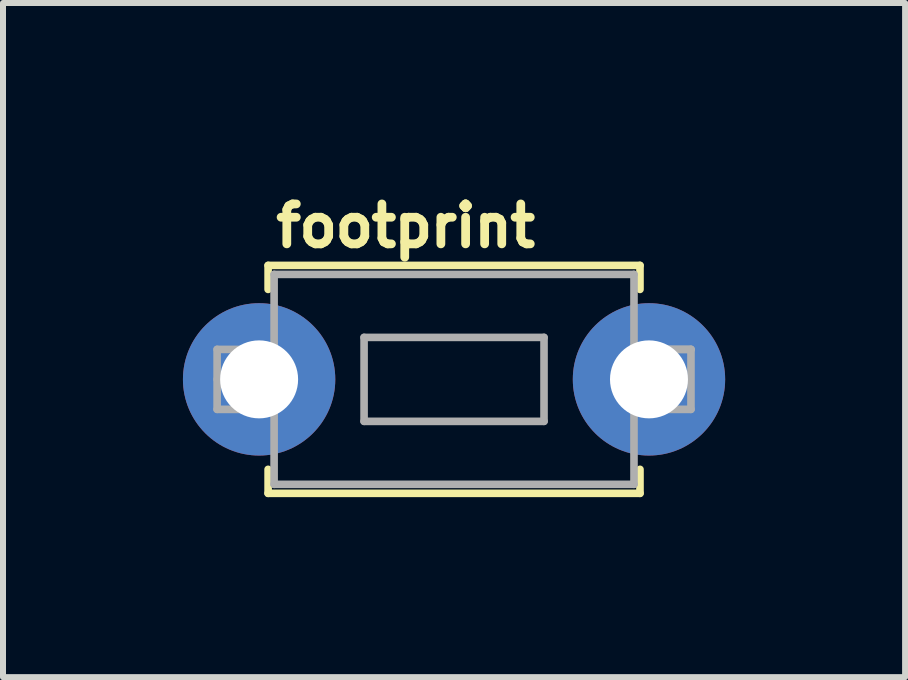
<source format=kicad_pcb>
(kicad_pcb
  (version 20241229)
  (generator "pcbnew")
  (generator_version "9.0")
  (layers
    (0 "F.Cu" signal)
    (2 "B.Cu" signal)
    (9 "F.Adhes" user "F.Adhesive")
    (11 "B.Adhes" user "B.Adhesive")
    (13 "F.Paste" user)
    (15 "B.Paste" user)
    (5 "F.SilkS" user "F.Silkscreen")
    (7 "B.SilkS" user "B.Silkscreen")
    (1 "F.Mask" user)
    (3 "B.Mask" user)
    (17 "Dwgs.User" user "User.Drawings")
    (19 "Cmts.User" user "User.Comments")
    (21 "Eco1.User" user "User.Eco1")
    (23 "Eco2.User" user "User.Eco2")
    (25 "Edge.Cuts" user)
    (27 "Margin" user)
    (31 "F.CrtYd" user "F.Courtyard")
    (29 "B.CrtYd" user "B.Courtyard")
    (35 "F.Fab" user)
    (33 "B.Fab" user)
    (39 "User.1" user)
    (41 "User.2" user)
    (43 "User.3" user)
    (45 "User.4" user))
  (footprint "footprint"
    (layer "F.Cu")
    (at 4.52 3.275)
    (property "Reference" "footprint" (at -3.043 -2.17 0) (layer "F.SilkS") (effects (font (size 0.666 0.666) (thickness 0.146)) (justify left bottom)))
    (fp_line (start -3.1 -1.9) (end 3.1 -1.9) (stroke (width 0.127) (type solid)) (layer "F.SilkS"))
    (fp_line (start -3.1 -1.5) (end -3.1 -1.9) (stroke (width 0.127) (type solid)) (layer "F.SilkS"))
    (fp_line (start -3.1 1.5) (end -3.1 1.9) (stroke (width 0.127) (type solid)) (layer "F.SilkS"))
    (fp_line (start -3.1 1.9) (end 3.1 1.9) (stroke (width 0.127) (type solid)) (layer "F.SilkS"))
    (fp_line (start 3.1 -1.9) (end 3.1 -1.5) (stroke (width 0.127) (type solid)) (layer "F.SilkS"))
    (fp_line (start 3.1 1.9) (end 3.1 1.5) (stroke (width 0.127) (type solid)) (layer "F.SilkS"))
    (fp_line (start -3.95 -0.5) (end -3 -0.5) (stroke (width 0.127) (type solid)) (layer "F.Fab"))
    (fp_line (start -3.95 0) (end -3.95 -0.5) (stroke (width 0.127) (type solid)) (layer "F.Fab"))
    (fp_line (start -3.95 0.5) (end -3.95 0) (stroke (width 0.127) (type solid)) (layer "F.Fab"))
    (fp_line (start -3 -1.75) (end 3 -1.75) (stroke (width 0.127) (type solid)) (layer "F.Fab"))
    (fp_line (start -3 -0.5) (end -3 -1.75) (stroke (width 0.127) (type solid)) (layer "F.Fab"))
    (fp_line (start -3 -0.5) (end -3 0.5) (stroke (width 0.127) (type solid)) (layer "F.Fab"))
    (fp_line (start -3 0.5) (end -3.95 0.5) (stroke (width 0.127) (type solid)) (layer "F.Fab"))
    (fp_line (start -3 0.5) (end -3 -0.5) (stroke (width 0.127) (type solid)) (layer "F.Fab"))
    (fp_line (start -3 1.75) (end -3 0.5) (stroke (width 0.127) (type solid)) (layer "F.Fab"))
    (fp_line (start -1.5 -0.7) (end 1.5 -0.7) (stroke (width 0.127) (type solid)) (layer "F.Fab"))
    (fp_line (start -1.5 0.7) (end -1.5 -0.7) (stroke (width 0.127) (type solid)) (layer "F.Fab"))
    (fp_line (start 1.5 -0.7) (end 1.5 0.7) (stroke (width 0.127) (type solid)) (layer "F.Fab"))
    (fp_line (start 1.5 0.7) (end -1.5 0.7) (stroke (width 0.127) (type solid)) (layer "F.Fab"))
    (fp_line (start 3 -1.75) (end 3 -0.5) (stroke (width 0.127) (type solid)) (layer "F.Fab"))
    (fp_line (start 3 -0.5) (end 3 0.5) (stroke (width 0.127) (type solid)) (layer "F.Fab"))
    (fp_line (start 3 -0.5) (end 3 0.5) (stroke (width 0.127) (type solid)) (layer "F.Fab"))
    (fp_line (start 3 0.5) (end 3 1.75) (stroke (width 0.127) (type solid)) (layer "F.Fab"))
    (fp_line (start 3 0.5) (end 3.95 0.5) (stroke (width 0.127) (type solid)) (layer "F.Fab"))
    (fp_line (start 3 1.75) (end -3 1.75) (stroke (width 0.127) (type solid)) (layer "F.Fab"))
    (fp_line (start 3.95 -0.5) (end 3 -0.5) (stroke (width 0.127) (type solid)) (layer "F.Fab"))
    (fp_line (start 3.95 -0.5) (end 3 -0.5) (stroke (width 0.127) (type solid)) (layer "F.Fab"))
    (fp_line (start 3.95 0.5) (end 3.95 -0.5) (stroke (width 0.127) (type solid)) (layer "F.Fab"))
    (pad "P$1" thru_hole circle (at -3.25 0) (size 2.54 2.54) (drill 1.3) (layers "*.Cu" "*.Mask"))
    (pad "P$2" thru_hole circle (at 3.25 0) (size 2.54 2.54) (drill 1.3) (layers "*.Cu" "*.Mask")))
  (gr_rect
    (start -3 -3)
    (end 12.04 8.239)
    (stroke (width 0.1) (type default))
    (fill no)
    (layer "Edge.Cuts")))
</source>
